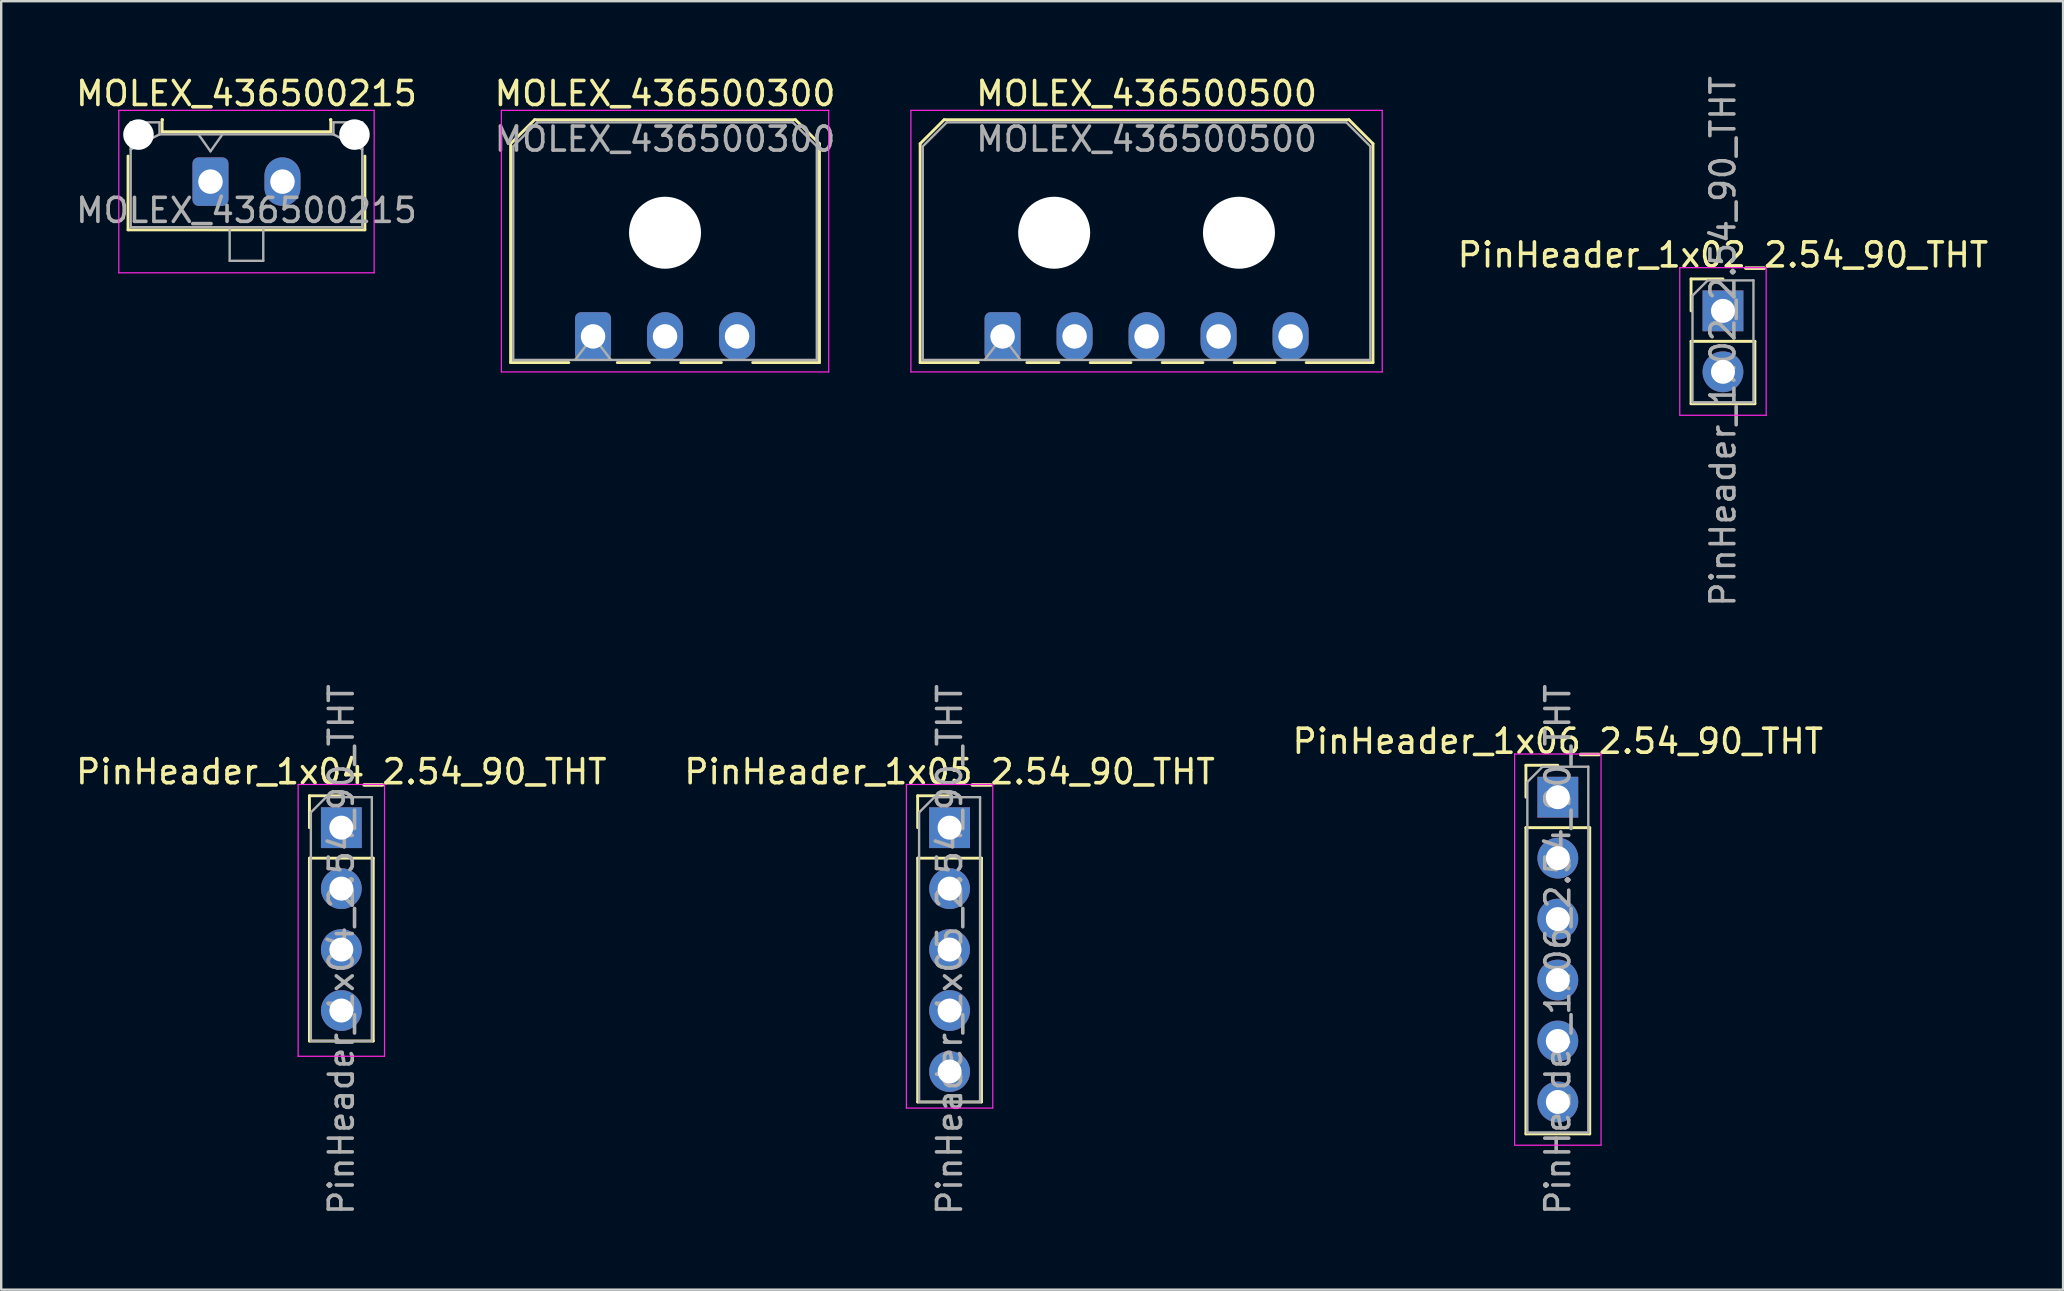
<source format=kicad_pcb>
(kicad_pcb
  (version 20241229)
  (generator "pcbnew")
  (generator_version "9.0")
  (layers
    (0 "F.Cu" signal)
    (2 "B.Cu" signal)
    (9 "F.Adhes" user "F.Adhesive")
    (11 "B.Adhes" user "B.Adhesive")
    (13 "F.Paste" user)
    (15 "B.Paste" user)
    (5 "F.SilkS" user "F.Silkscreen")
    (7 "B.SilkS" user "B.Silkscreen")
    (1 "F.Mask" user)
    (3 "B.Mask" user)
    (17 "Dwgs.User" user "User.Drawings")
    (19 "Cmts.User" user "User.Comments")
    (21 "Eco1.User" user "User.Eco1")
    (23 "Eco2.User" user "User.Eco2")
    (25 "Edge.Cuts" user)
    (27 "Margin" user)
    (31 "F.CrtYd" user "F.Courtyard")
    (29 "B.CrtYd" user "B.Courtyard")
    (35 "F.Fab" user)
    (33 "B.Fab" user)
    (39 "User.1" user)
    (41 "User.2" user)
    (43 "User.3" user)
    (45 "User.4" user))
  (footprint "PinHeader_1x06_2.54_90_THT"
    (layer "F.Cu")
    (at 61.863 30.168)
    (property "Reference" "PinHeader_1x06_2.54_90_THT" (at 0 -2.33 0) (layer "F.SilkS") (effects (font (size 1 1) (thickness 0.15))))
    (attr through_hole)
    (fp_line (start -1.33 -1.33) (end 0 -1.33) (stroke (width 0.12) (type solid)) (layer "F.SilkS"))
    (fp_line (start -1.33 0) (end -1.33 -1.33) (stroke (width 0.12) (type solid)) (layer "F.SilkS"))
    (fp_line (start -1.33 1.27) (end -1.33 14.03) (stroke (width 0.12) (type solid)) (layer "F.SilkS"))
    (fp_line (start -1.33 1.27) (end 1.33 1.27) (stroke (width 0.12) (type solid)) (layer "F.SilkS"))
    (fp_line (start -1.33 14.03) (end 1.33 14.03) (stroke (width 0.12) (type solid)) (layer "F.SilkS"))
    (fp_line (start 1.33 1.27) (end 1.33 14.03) (stroke (width 0.12) (type solid)) (layer "F.SilkS"))
    (fp_line (start -1.8 -1.8) (end -1.8 14.5) (stroke (width 0.05) (type solid)) (layer "F.CrtYd"))
    (fp_line (start -1.8 14.5) (end 1.8 14.5) (stroke (width 0.05) (type solid)) (layer "F.CrtYd"))
    (fp_line (start 1.8 -1.8) (end -1.8 -1.8) (stroke (width 0.05) (type solid)) (layer "F.CrtYd"))
    (fp_line (start 1.8 14.5) (end 1.8 -1.8) (stroke (width 0.05) (type solid)) (layer "F.CrtYd"))
    (fp_line (start -1.27 -0.635) (end -0.635 -1.27) (stroke (width 0.1) (type solid)) (layer "F.Fab"))
    (fp_line (start -1.27 13.97) (end -1.27 -0.635) (stroke (width 0.1) (type solid)) (layer "F.Fab"))
    (fp_line (start -0.635 -1.27) (end 1.27 -1.27) (stroke (width 0.1) (type solid)) (layer "F.Fab"))
    (fp_line (start 1.27 -1.27) (end 1.27 13.97) (stroke (width 0.1) (type solid)) (layer "F.Fab"))
    (fp_line (start 1.27 13.97) (end -1.27 13.97) (stroke (width 0.1) (type solid)) (layer "F.Fab"))
    (fp_text user "${REFERENCE}" (at 0 6.35 90) (layer "F.Fab") (effects (font (size 1 1) (thickness 0.15))))
    (pad "1" thru_hole rect (at 0 0) (size 1.7 1.7) (drill 1) (layers "*.Cu" "*.Mask"))
    (pad "2" thru_hole oval (at 0 2.54) (size 1.7 1.7) (drill 1) (layers "*.Cu" "*.Mask"))
    (pad "3" thru_hole oval (at 0 5.08) (size 1.7 1.7) (drill 1) (layers "*.Cu" "*.Mask"))
    (pad "4" thru_hole oval (at 0 7.62) (size 1.7 1.7) (drill 1) (layers "*.Cu" "*.Mask"))
    (pad "5" thru_hole oval (at 0 10.16) (size 1.7 1.7) (drill 1) (layers "*.Cu" "*.Mask"))
    (pad "6" thru_hole oval (at 0 12.7) (size 1.7 1.7) (drill 1) (layers "*.Cu" "*.Mask")))
  (footprint "MOLEX_436500500"
    (layer "F.Cu")
    (at 38.726 10.968)
    (property "Reference" "MOLEX_436500500" (at 6 -10.12 0) (layer "F.SilkS") (effects (font (size 1 1) (thickness 0.15))))
    (attr through_hole)
    (fp_line (start -3.435 -8.03) (end -2.435 -9.03) (stroke (width 0.12) (type solid)) (layer "F.SilkS"))
    (fp_line (start -3.435 1.09) (end -3.435 -8.03) (stroke (width 0.12) (type solid)) (layer "F.SilkS"))
    (fp_line (start -3.435 1.09) (end -1.01 1.09) (stroke (width 0.12) (type solid)) (layer "F.SilkS"))
    (fp_line (start -2.435 -9.03) (end 14.435 -9.03) (stroke (width 0.12) (type solid)) (layer "F.SilkS"))
    (fp_line (start 1.01 1.09) (end 2.348 1.09) (stroke (width 0.12) (type solid)) (layer "F.SilkS"))
    (fp_line (start 3.652 1.09) (end 5.348 1.09) (stroke (width 0.12) (type solid)) (layer "F.SilkS"))
    (fp_line (start 6.652 1.09) (end 8.348 1.09) (stroke (width 0.12) (type solid)) (layer "F.SilkS"))
    (fp_line (start 9.652 1.09) (end 11.348 1.09) (stroke (width 0.12) (type solid)) (layer "F.SilkS"))
    (fp_line (start 14.435 -9.03) (end 15.435 -8.03) (stroke (width 0.12) (type solid)) (layer "F.SilkS"))
    (fp_line (start 15.435 -8.03) (end 15.435 1.09) (stroke (width 0.12) (type solid)) (layer "F.SilkS"))
    (fp_line (start 15.435 1.09) (end 12.652 1.09) (stroke (width 0.12) (type solid)) (layer "F.SilkS"))
    (fp_line (start -3.82 -9.42) (end 15.82 -9.42) (stroke (width 0.05) (type solid)) (layer "F.CrtYd"))
    (fp_line (start -3.82 1.48) (end -3.82 -9.42) (stroke (width 0.05) (type solid)) (layer "F.CrtYd"))
    (fp_line (start 15.82 -9.42) (end 15.82 1.48) (stroke (width 0.05) (type solid)) (layer "F.CrtYd"))
    (fp_line (start 15.82 1.48) (end -3.82 1.48) (stroke (width 0.05) (type solid)) (layer "F.CrtYd"))
    (fp_line (start -3.325 -7.92) (end -2.325 -8.92) (stroke (width 0.1) (type solid)) (layer "F.Fab"))
    (fp_line (start -3.325 0.98) (end -3.325 -7.92) (stroke (width 0.1) (type solid)) (layer "F.Fab"))
    (fp_line (start -2.325 -8.92) (end 14.325 -8.92) (stroke (width 0.1) (type solid)) (layer "F.Fab"))
    (fp_line (start -0.75 0.98) (end 0 0) (stroke (width 0.1) (type solid)) (layer "F.Fab"))
    (fp_line (start 0 0) (end 0.75 0.98) (stroke (width 0.1) (type solid)) (layer "F.Fab"))
    (fp_line (start 14.325 -8.92) (end 15.325 -7.92) (stroke (width 0.1) (type solid)) (layer "F.Fab"))
    (fp_line (start 15.325 -7.92) (end 15.325 0.98) (stroke (width 0.1) (type solid)) (layer "F.Fab"))
    (fp_line (start 15.325 0.98) (end -3.325 0.98) (stroke (width 0.1) (type solid)) (layer "F.Fab"))
    (fp_text user "${REFERENCE}" (at 6 -8.22 0) (layer "F.Fab") (effects (font (size 1 1) (thickness 0.15))))
    (pad "" np_thru_hole circle (at 2.15 -4.32) (size 3 3) (drill 3) (layers "*.Cu" "*.Mask"))
    (pad "" np_thru_hole circle (at 9.85 -4.32) (size 3 3) (drill 3) (layers "*.Cu" "*.Mask"))
    (pad "1" thru_hole roundrect (at 0 0) (size 1.5 2.02) (drill 1.02) (layers "*.Cu" "*.Mask") (roundrect_rratio 0.167))
    (pad "2" thru_hole oval (at 3 0) (size 1.5 2.02) (drill 1.02) (layers "*.Cu" "*.Mask"))
    (pad "3" thru_hole oval (at 6 0) (size 1.5 2.02) (drill 1.02) (layers "*.Cu" "*.Mask"))
    (pad "4" thru_hole oval (at 9 0) (size 1.5 2.02) (drill 1.02) (layers "*.Cu" "*.Mask"))
    (pad "5" thru_hole oval (at 12 0) (size 1.5 2.02) (drill 1.02) (layers "*.Cu" "*.Mask")))
  (footprint "MOLEX_436500300"
    (layer "F.Cu")
    (at 21.661 10.968)
    (property "Reference" "MOLEX_436500300" (at 3 -10.12 0) (layer "F.SilkS") (effects (font (size 1 1) (thickness 0.15))))
    (attr through_hole)
    (fp_line (start -3.435 -8.03) (end -2.435 -9.03) (stroke (width 0.12) (type solid)) (layer "F.SilkS"))
    (fp_line (start -3.435 1.09) (end -3.435 -8.03) (stroke (width 0.12) (type solid)) (layer "F.SilkS"))
    (fp_line (start -3.435 1.09) (end -1.01 1.09) (stroke (width 0.12) (type solid)) (layer "F.SilkS"))
    (fp_line (start -2.435 -9.03) (end 8.435 -9.03) (stroke (width 0.12) (type solid)) (layer "F.SilkS"))
    (fp_line (start 1.01 1.09) (end 2.348 1.09) (stroke (width 0.12) (type solid)) (layer "F.SilkS"))
    (fp_line (start 3.652 1.09) (end 5.348 1.09) (stroke (width 0.12) (type solid)) (layer "F.SilkS"))
    (fp_line (start 8.435 -9.03) (end 9.435 -8.03) (stroke (width 0.12) (type solid)) (layer "F.SilkS"))
    (fp_line (start 9.435 -8.03) (end 9.435 1.09) (stroke (width 0.12) (type solid)) (layer "F.SilkS"))
    (fp_line (start 9.435 1.09) (end 6.652 1.09) (stroke (width 0.12) (type solid)) (layer "F.SilkS"))
    (fp_line (start -3.82 -9.42) (end 9.82 -9.42) (stroke (width 0.05) (type solid)) (layer "F.CrtYd"))
    (fp_line (start -3.82 1.48) (end -3.82 -9.42) (stroke (width 0.05) (type solid)) (layer "F.CrtYd"))
    (fp_line (start 9.82 -9.42) (end 9.82 1.48) (stroke (width 0.05) (type solid)) (layer "F.CrtYd"))
    (fp_line (start 9.82 1.48) (end -3.82 1.48) (stroke (width 0.05) (type solid)) (layer "F.CrtYd"))
    (fp_line (start -3.325 -7.92) (end -2.325 -8.92) (stroke (width 0.1) (type solid)) (layer "F.Fab"))
    (fp_line (start -3.325 0.98) (end -3.325 -7.92) (stroke (width 0.1) (type solid)) (layer "F.Fab"))
    (fp_line (start -2.325 -8.92) (end 8.325 -8.92) (stroke (width 0.1) (type solid)) (layer "F.Fab"))
    (fp_line (start -0.75 0.98) (end 0 0) (stroke (width 0.1) (type solid)) (layer "F.Fab"))
    (fp_line (start 0 0) (end 0.75 0.98) (stroke (width 0.1) (type solid)) (layer "F.Fab"))
    (fp_line (start 8.325 -8.92) (end 9.325 -7.92) (stroke (width 0.1) (type solid)) (layer "F.Fab"))
    (fp_line (start 9.325 -7.92) (end 9.325 0.98) (stroke (width 0.1) (type solid)) (layer "F.Fab"))
    (fp_line (start 9.325 0.98) (end -3.325 0.98) (stroke (width 0.1) (type solid)) (layer "F.Fab"))
    (fp_text user "${REFERENCE}" (at 3 -8.22 0) (layer "F.Fab") (effects (font (size 1 1) (thickness 0.15))))
    (pad "" np_thru_hole circle (at 3 -4.32) (size 3 3) (drill 3) (layers "*.Cu" "*.Mask"))
    (pad "1" thru_hole roundrect (at 0 0) (size 1.5 2.02) (drill 1.02) (layers "*.Cu" "*.Mask") (roundrect_rratio 0.167))
    (pad "2" thru_hole oval (at 3 0) (size 1.5 2.02) (drill 1.02) (layers "*.Cu" "*.Mask"))
    (pad "3" thru_hole oval (at 6 0) (size 1.5 2.02) (drill 1.02) (layers "*.Cu" "*.Mask")))
  (footprint "PinHeader_1x05_2.54_90_THT"
    (layer "F.Cu")
    (at 36.518 31.438)
    (property "Reference" "PinHeader_1x05_2.54_90_THT" (at 0 -2.33 0) (layer "F.SilkS") (effects (font (size 1 1) (thickness 0.15))))
    (attr through_hole)
    (fp_line (start -1.33 -1.33) (end 0 -1.33) (stroke (width 0.12) (type solid)) (layer "F.SilkS"))
    (fp_line (start -1.33 0) (end -1.33 -1.33) (stroke (width 0.12) (type solid)) (layer "F.SilkS"))
    (fp_line (start -1.33 1.27) (end -1.33 11.43) (stroke (width 0.12) (type solid)) (layer "F.SilkS"))
    (fp_line (start -1.33 1.27) (end 1.33 1.27) (stroke (width 0.12) (type solid)) (layer "F.SilkS"))
    (fp_line (start -1.33 11.43) (end 1.33 11.43) (stroke (width 0.12) (type solid)) (layer "F.SilkS"))
    (fp_line (start 1.33 1.27) (end 1.33 11.43) (stroke (width 0.12) (type solid)) (layer "F.SilkS"))
    (fp_line (start -1.8 -1.8) (end -1.8 11.684) (stroke (width 0.05) (type solid)) (layer "F.CrtYd"))
    (fp_line (start -1.8 11.684) (end 1.8 11.684) (stroke (width 0.05) (type solid)) (layer "F.CrtYd"))
    (fp_line (start 1.8 -1.8) (end -1.8 -1.8) (stroke (width 0.05) (type solid)) (layer "F.CrtYd"))
    (fp_line (start 1.8 11.684) (end 1.8 -1.8) (stroke (width 0.05) (type solid)) (layer "F.CrtYd"))
    (fp_line (start -1.27 -0.635) (end -0.635 -1.27) (stroke (width 0.1) (type solid)) (layer "F.Fab"))
    (fp_line (start -1.27 11.43) (end -1.27 -0.635) (stroke (width 0.1) (type solid)) (layer "F.Fab"))
    (fp_line (start -0.635 -1.27) (end 1.27 -1.27) (stroke (width 0.1) (type solid)) (layer "F.Fab"))
    (fp_line (start 1.27 -1.27) (end 1.27 11.43) (stroke (width 0.1) (type solid)) (layer "F.Fab"))
    (fp_line (start 1.27 11.43) (end -1.27 11.43) (stroke (width 0.1) (type solid)) (layer "F.Fab"))
    (fp_text user "${REFERENCE}" (at 0 5.08 90) (layer "F.Fab") (effects (font (size 1 1) (thickness 0.15))))
    (pad "1" thru_hole rect (at 0 0) (size 1.7 1.7) (drill 1) (layers "*.Cu" "*.Mask"))
    (pad "2" thru_hole oval (at 0 2.54) (size 1.7 1.7) (drill 1) (layers "*.Cu" "*.Mask"))
    (pad "3" thru_hole oval (at 0 5.08) (size 1.7 1.7) (drill 1) (layers "*.Cu" "*.Mask"))
    (pad "4" thru_hole oval (at 0 7.62) (size 1.7 1.7) (drill 1) (layers "*.Cu" "*.Mask"))
    (pad "5" thru_hole oval (at 0 10.16 90) (size 1.7 1.7) (drill 1) (layers "*.Cu" "*.Mask")))
  (footprint "PinHeader_1x04_2.54_90_THT"
    (layer "F.Cu")
    (at 11.173 31.438)
    (property "Reference" "PinHeader_1x04_2.54_90_THT" (at 0 -2.33 0) (layer "F.SilkS") (effects (font (size 1 1) (thickness 0.15))))
    (attr through_hole)
    (fp_line (start -1.33 -1.33) (end 0 -1.33) (stroke (width 0.12) (type solid)) (layer "F.SilkS"))
    (fp_line (start -1.33 0) (end -1.33 -1.33) (stroke (width 0.12) (type solid)) (layer "F.SilkS"))
    (fp_line (start -1.33 1.27) (end -1.33 8.89) (stroke (width 0.12) (type solid)) (layer "F.SilkS"))
    (fp_line (start -1.33 1.27) (end 1.33 1.27) (stroke (width 0.12) (type solid)) (layer "F.SilkS"))
    (fp_line (start -1.33 8.89) (end 1.33 8.89) (stroke (width 0.12) (type solid)) (layer "F.SilkS"))
    (fp_line (start 1.33 1.27) (end 1.33 8.89) (stroke (width 0.12) (type solid)) (layer "F.SilkS"))
    (fp_line (start -1.8 -1.8) (end -1.8 9.525) (stroke (width 0.05) (type solid)) (layer "F.CrtYd"))
    (fp_line (start -1.8 9.525) (end 1.8 9.525) (stroke (width 0.05) (type solid)) (layer "F.CrtYd"))
    (fp_line (start 1.8 -1.8) (end -1.8 -1.8) (stroke (width 0.05) (type solid)) (layer "F.CrtYd"))
    (fp_line (start 1.8 9.525) (end 1.8 -1.8) (stroke (width 0.05) (type solid)) (layer "F.CrtYd"))
    (fp_line (start -1.27 -0.635) (end -0.635 -1.27) (stroke (width 0.1) (type solid)) (layer "F.Fab"))
    (fp_line (start -1.27 8.89) (end -1.27 -0.635) (stroke (width 0.1) (type solid)) (layer "F.Fab"))
    (fp_line (start -0.635 -1.27) (end 1.27 -1.27) (stroke (width 0.1) (type solid)) (layer "F.Fab"))
    (fp_line (start 1.27 -1.27) (end 1.27 8.89) (stroke (width 0.1) (type solid)) (layer "F.Fab"))
    (fp_line (start 1.27 8.89) (end -1.27 8.89) (stroke (width 0.1) (type solid)) (layer "F.Fab"))
    (fp_text user "${REFERENCE}" (at 0 5.08 90) (layer "F.Fab") (effects (font (size 1 1) (thickness 0.15))))
    (pad "1" thru_hole rect (at 0 0) (size 1.7 1.7) (drill 1) (layers "*.Cu" "*.Mask"))
    (pad "2" thru_hole oval (at 0 2.54) (size 1.7 1.7) (drill 1) (layers "*.Cu" "*.Mask"))
    (pad "3" thru_hole oval (at 0 5.08) (size 1.7 1.7) (drill 1) (layers "*.Cu" "*.Mask"))
    (pad "4" thru_hole oval (at 0 7.62) (size 1.7 1.7) (drill 1) (layers "*.Cu" "*.Mask")))
  (footprint "MOLEX_436500215"
    (layer "F.Cu")
    (at 5.72 4.518)
    (property "Reference" "MOLEX_436500215" (at 1.5 -3.67 0) (layer "F.SilkS") (effects (font (size 1 1) (thickness 0.15))))
    (attr through_hole)
    (fp_line (start -3.435 -1.065) (end -3.435 2.01) (stroke (width 0.12) (type solid)) (layer "F.SilkS"))
    (fp_line (start -3.435 2.01) (end 6.435 2.01) (stroke (width 0.12) (type solid)) (layer "F.SilkS"))
    (fp_line (start -2.015 -2.58) (end -2.015 -2.08) (stroke (width 0.12) (type solid)) (layer "F.SilkS"))
    (fp_line (start -2.015 -2.08) (end 5.015 -2.08) (stroke (width 0.12) (type solid)) (layer "F.SilkS"))
    (fp_line (start -1.995 -2.58) (end -2.015 -2.58) (stroke (width 0.12) (type solid)) (layer "F.SilkS"))
    (fp_line (start 5.015 -2.58) (end 4.995 -2.58) (stroke (width 0.12) (type solid)) (layer "F.SilkS"))
    (fp_line (start 5.015 -2.08) (end 5.015 -2.58) (stroke (width 0.12) (type solid)) (layer "F.SilkS"))
    (fp_line (start 6.435 2.01) (end 6.435 -1.065) (stroke (width 0.12) (type solid)) (layer "F.SilkS"))
    (fp_line (start -3.82 -2.97) (end 6.82 -2.97) (stroke (width 0.05) (type solid)) (layer "F.CrtYd"))
    (fp_line (start -3.82 3.8) (end -3.82 -2.97) (stroke (width 0.05) (type solid)) (layer "F.CrtYd"))
    (fp_line (start 6.82 -2.97) (end 6.82 3.8) (stroke (width 0.05) (type solid)) (layer "F.CrtYd"))
    (fp_line (start 6.82 3.8) (end -3.82 3.8) (stroke (width 0.05) (type solid)) (layer "F.CrtYd"))
    (fp_line (start -3.325 -2.47) (end -3.325 1.9) (stroke (width 0.1) (type solid)) (layer "F.Fab"))
    (fp_line (start -3.325 -1.34) (end -2.125 -1.97) (stroke (width 0.1) (type solid)) (layer "F.Fab"))
    (fp_line (start -3.325 1.9) (end 6.325 1.9) (stroke (width 0.1) (type solid)) (layer "F.Fab"))
    (fp_line (start -2.125 -2.47) (end -3.325 -2.47) (stroke (width 0.1) (type solid)) (layer "F.Fab"))
    (fp_line (start -2.125 -1.97) (end -2.125 -2.47) (stroke (width 0.1) (type solid)) (layer "F.Fab"))
    (fp_line (start -0.5 -1.97) (end 0 -1.263) (stroke (width 0.1) (type solid)) (layer "F.Fab"))
    (fp_line (start 0 -1.263) (end 0.5 -1.97) (stroke (width 0.1) (type solid)) (layer "F.Fab"))
    (fp_line (start 0.8 1.9) (end 0.8 3.3) (stroke (width 0.1) (type solid)) (layer "F.Fab"))
    (fp_line (start 0.8 3.3) (end 2.2 3.3) (stroke (width 0.1) (type solid)) (layer "F.Fab"))
    (fp_line (start 2.2 3.3) (end 2.2 1.9) (stroke (width 0.1) (type solid)) (layer "F.Fab"))
    (fp_line (start 5.125 -2.47) (end 5.125 -1.97) (stroke (width 0.1) (type solid)) (layer "F.Fab"))
    (fp_line (start 5.125 -1.97) (end -2.125 -1.97) (stroke (width 0.1) (type solid)) (layer "F.Fab"))
    (fp_line (start 6.325 -2.47) (end 5.125 -2.47) (stroke (width 0.1) (type solid)) (layer "F.Fab"))
    (fp_line (start 6.325 -1.34) (end 5.125 -1.97) (stroke (width 0.1) (type solid)) (layer "F.Fab"))
    (fp_line (start 6.325 1.9) (end 6.325 -2.47) (stroke (width 0.1) (type solid)) (layer "F.Fab"))
    (fp_text user "${REFERENCE}" (at 1.5 1.2 0) (layer "F.Fab") (effects (font (size 1 1) (thickness 0.15))))
    (pad "" np_thru_hole circle (at -3 -1.96) (size 1.27 1.27) (drill 1.27) (layers "*.Cu" "*.Mask"))
    (pad "" np_thru_hole circle (at 6 -1.96) (size 1.27 1.27) (drill 1.27) (layers "*.Cu" "*.Mask"))
    (pad "1" thru_hole roundrect (at 0 0) (size 1.5 2.02) (drill 1.02) (layers "*.Cu" "*.Mask") (roundrect_rratio 0.167))
    (pad "2" thru_hole oval (at 3 0) (size 1.5 2.02) (drill 1.02) (layers "*.Cu" "*.Mask")))
  (footprint "PinHeader_1x02_2.54_90_THT"
    (layer "F.Cu")
    (at 68.744 9.903)
    (property "Reference" "PinHeader_1x02_2.54_90_THT" (at 0 -2.33 0) (layer "F.SilkS") (effects (font (size 1 1) (thickness 0.15))))
    (attr through_hole)
    (fp_line (start -1.33 -1.33) (end 0 -1.33) (stroke (width 0.12) (type solid)) (layer "F.SilkS"))
    (fp_line (start -1.33 0) (end -1.33 -1.33) (stroke (width 0.12) (type solid)) (layer "F.SilkS"))
    (fp_line (start -1.33 1.27) (end -1.33 3.87) (stroke (width 0.12) (type solid)) (layer "F.SilkS"))
    (fp_line (start -1.33 1.27) (end 1.33 1.27) (stroke (width 0.12) (type solid)) (layer "F.SilkS"))
    (fp_line (start -1.33 3.87) (end 1.33 3.87) (stroke (width 0.12) (type solid)) (layer "F.SilkS"))
    (fp_line (start 1.33 1.27) (end 1.33 3.87) (stroke (width 0.12) (type solid)) (layer "F.SilkS"))
    (fp_line (start -1.8 -1.8) (end -1.8 4.35) (stroke (width 0.05) (type solid)) (layer "F.CrtYd"))
    (fp_line (start -1.8 4.35) (end 1.8 4.35) (stroke (width 0.05) (type solid)) (layer "F.CrtYd"))
    (fp_line (start 1.8 -1.8) (end -1.8 -1.8) (stroke (width 0.05) (type solid)) (layer "F.CrtYd"))
    (fp_line (start 1.8 4.35) (end 1.8 -1.8) (stroke (width 0.05) (type solid)) (layer "F.CrtYd"))
    (fp_line (start -1.27 -0.635) (end -0.635 -1.27) (stroke (width 0.1) (type solid)) (layer "F.Fab"))
    (fp_line (start -1.27 3.81) (end -1.27 -0.635) (stroke (width 0.1) (type solid)) (layer "F.Fab"))
    (fp_line (start -0.635 -1.27) (end 1.27 -1.27) (stroke (width 0.1) (type solid)) (layer "F.Fab"))
    (fp_line (start 1.27 -1.27) (end 1.27 3.81) (stroke (width 0.1) (type solid)) (layer "F.Fab"))
    (fp_line (start 1.27 3.81) (end -1.27 3.81) (stroke (width 0.1) (type solid)) (layer "F.Fab"))
    (fp_text user "${REFERENCE}" (at 0 1.27 90) (layer "F.Fab") (effects (font (size 1 1) (thickness 0.15))))
    (pad "1" thru_hole rect (at 0 0) (size 1.7 1.7) (drill 1) (layers "*.Cu" "*.Mask"))
    (pad "2" thru_hole oval (at 0 2.54) (size 1.7 1.7) (drill 1) (layers "*.Cu" "*.Mask")))
  (gr_rect
    (start -3 -3)
    (end 82.916 50.69)
    (stroke (width 0.1) (type default))
    (fill no)
    (layer "Edge.Cuts")))
</source>
